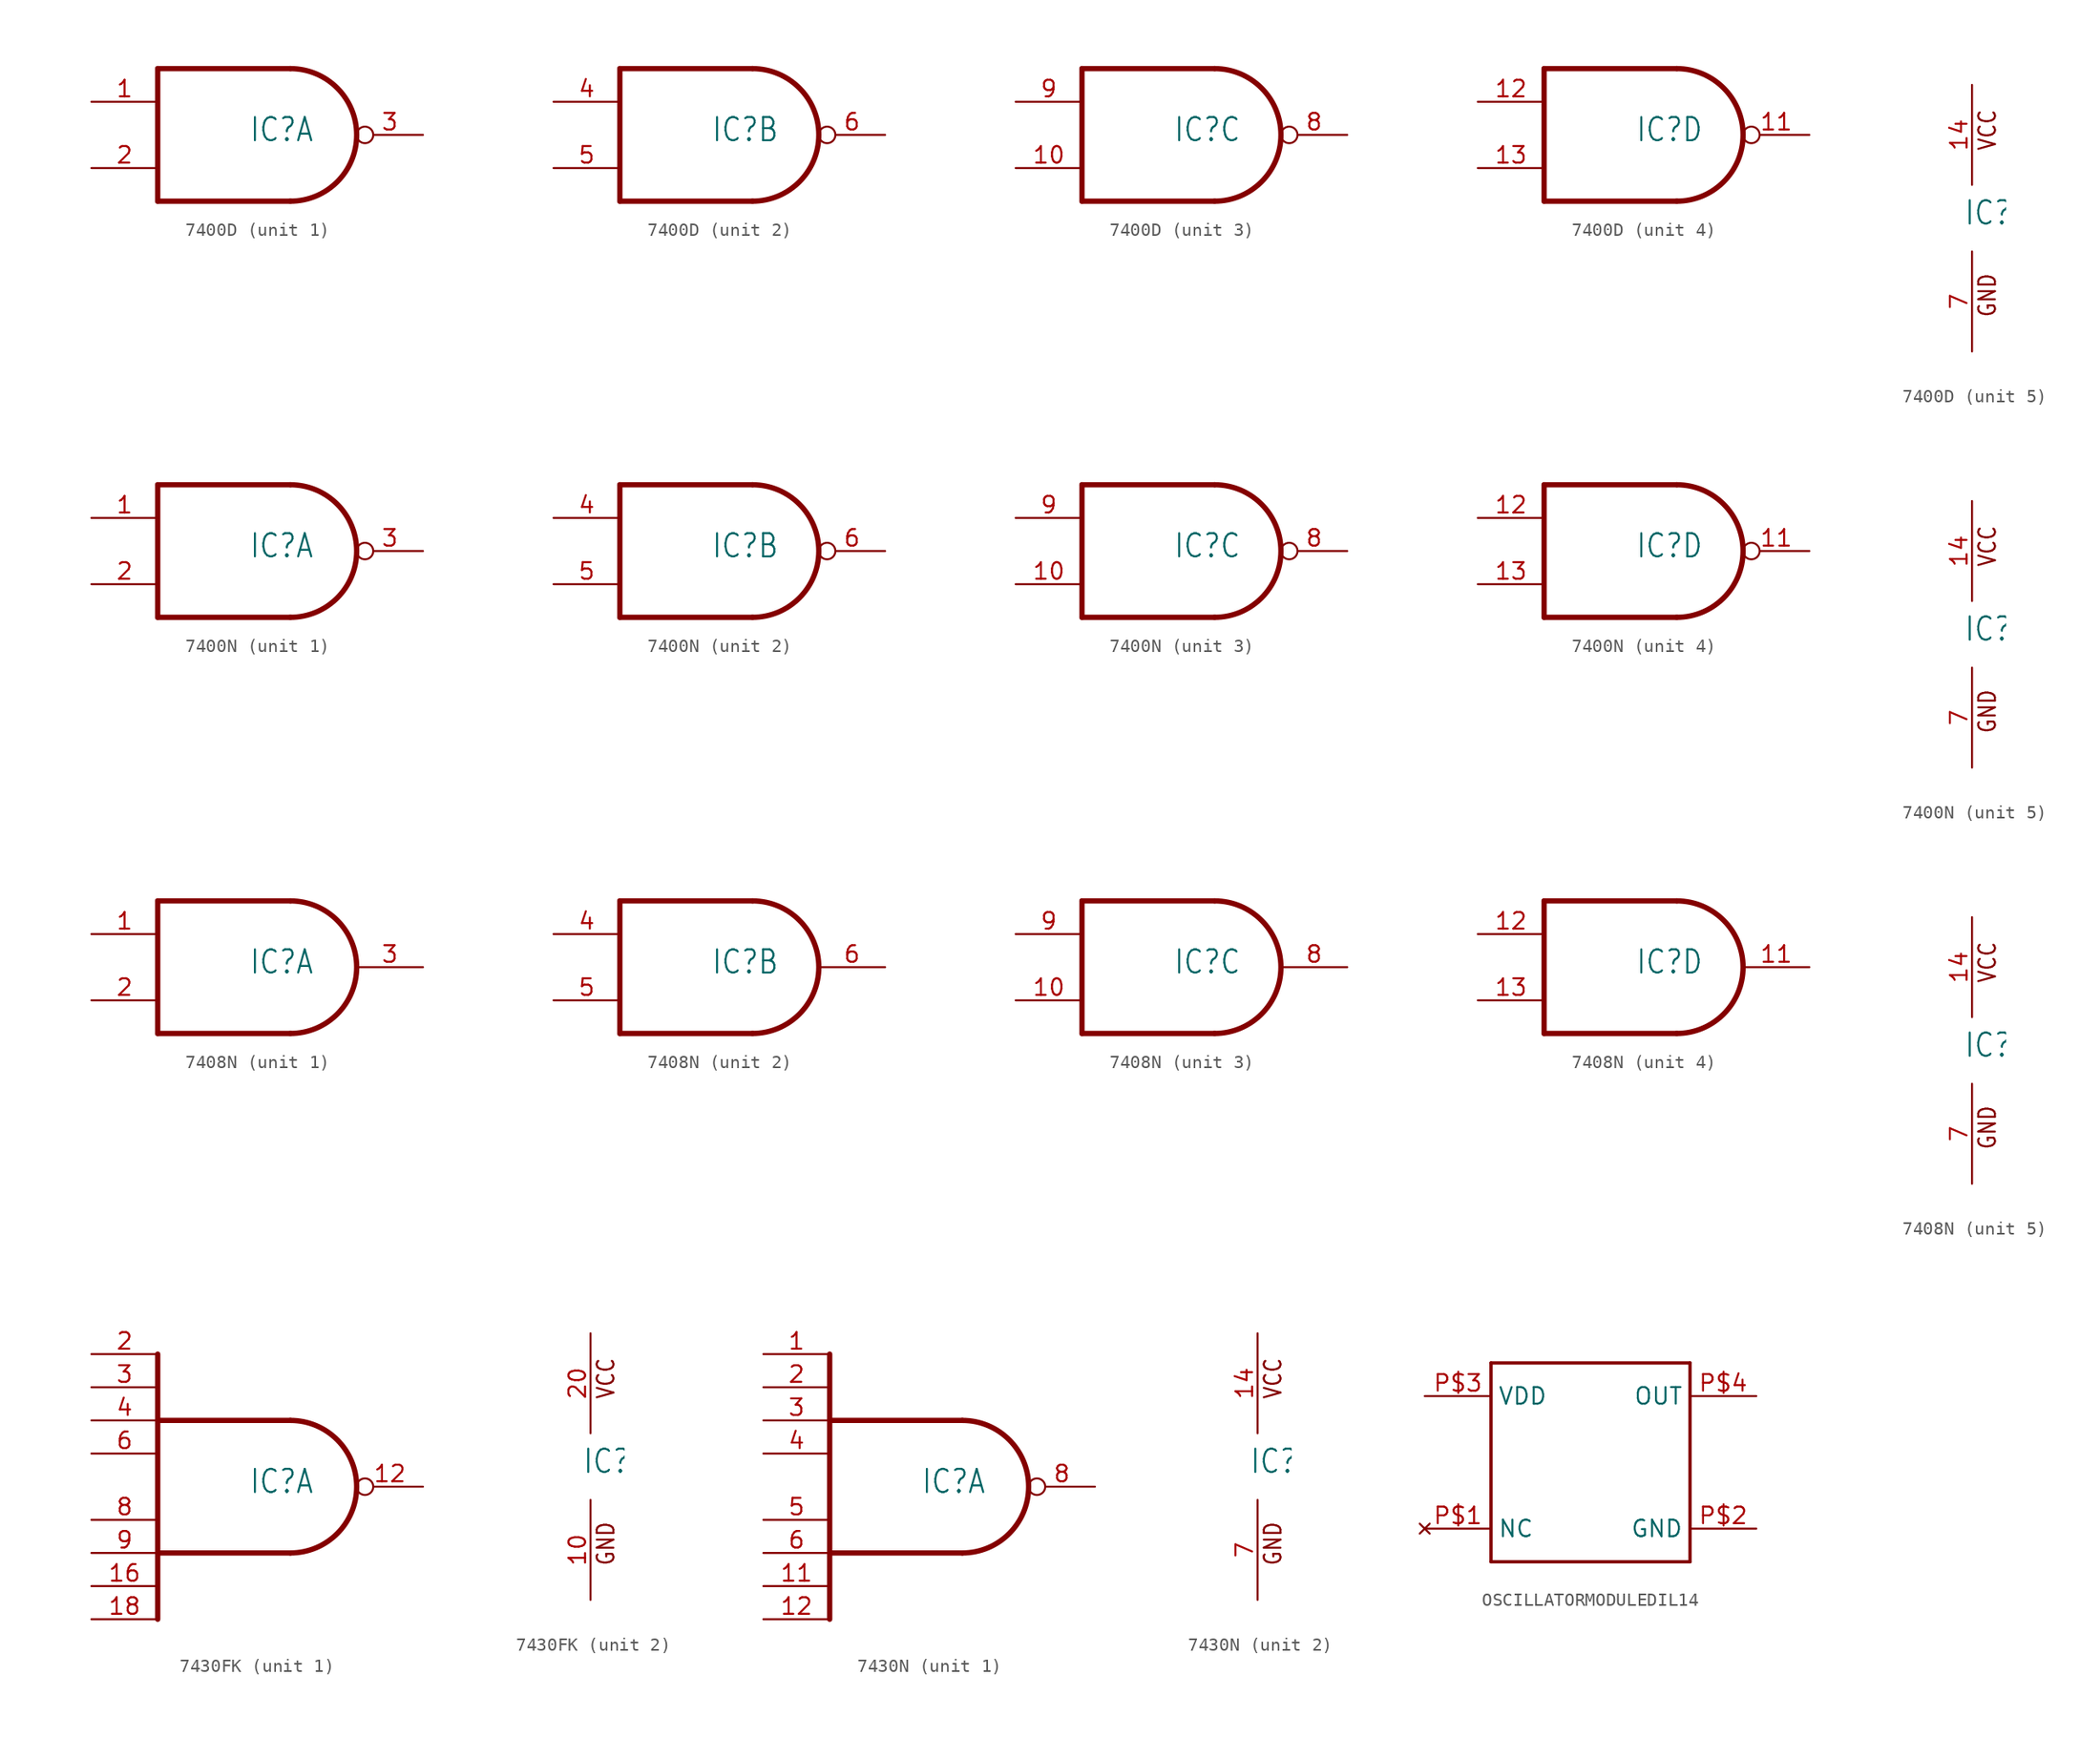
<source format=kicad_sym>
(kicad_symbol_lib
  (version 20220914)
  (generator kicad_symbol_editor)
  (symbol "7400D"
    (property "Reference" "IC"
      (at -0.635 -0.635 0)
      (effects (font (size 1.778 1.511)) (justify left bottom)))
    (property "ki_locked" ""
      (at 0 0 0)
      (effects (font (size 1.27 1.27))))
    (symbol "7400D_1_0"
      (polyline (pts (xy -7.62 -5.08) (xy 2.54 -5.08)) (stroke (width 0.406) (type solid)) (fill (type none)))
      (polyline (pts (xy -7.62 5.08) (xy -7.62 -5.08)) (stroke (width 0.406) (type solid)) (fill (type none)))
      (polyline (pts (xy 2.54 5.08) (xy -7.62 5.08)) (stroke (width 0.406) (type solid)) (fill (type none)))
      (arc (start 2.5398 -5.08) (mid 7.6199 -0.0001) (end 2.54 5.08) (stroke (width 0.4064) (type solid)) (fill (type none)))
      (pin input line (at -12.7 2.54 0) (length 5.08) (name "I0" (effects (font (size 0 0)))) (number "1" (effects (font (size 1.27 1.27)))))
      (pin input line (at -12.7 -2.54 0) (length 5.08) (name "I1" (effects (font (size 0 0)))) (number "2" (effects (font (size 1.27 1.27)))))
      (pin output inverted (at 12.7 0 180) (length 5.08) (name "O" (effects (font (size 0 0)))) (number "3" (effects (font (size 1.27 1.27))))))
    (symbol "7400D_2_0"
      (polyline (pts (xy -7.62 -5.08) (xy 2.54 -5.08)) (stroke (width 0.406) (type solid)) (fill (type none)))
      (polyline (pts (xy -7.62 5.08) (xy -7.62 -5.08)) (stroke (width 0.406) (type solid)) (fill (type none)))
      (polyline (pts (xy 2.54 5.08) (xy -7.62 5.08)) (stroke (width 0.406) (type solid)) (fill (type none)))
      (arc (start 2.5398 -5.08) (mid 7.6199 -0.0001) (end 2.54 5.08) (stroke (width 0.4064) (type solid)) (fill (type none)))
      (pin input line (at -12.7 2.54 0) (length 5.08) (name "I0" (effects (font (size 0 0)))) (number "4" (effects (font (size 1.27 1.27)))))
      (pin input line (at -12.7 -2.54 0) (length 5.08) (name "I1" (effects (font (size 0 0)))) (number "5" (effects (font (size 1.27 1.27)))))
      (pin output inverted (at 12.7 0 180) (length 5.08) (name "O" (effects (font (size 0 0)))) (number "6" (effects (font (size 1.27 1.27))))))
    (symbol "7400D_3_0"
      (polyline (pts (xy -7.62 -5.08) (xy 2.54 -5.08)) (stroke (width 0.406) (type solid)) (fill (type none)))
      (polyline (pts (xy -7.62 5.08) (xy -7.62 -5.08)) (stroke (width 0.406) (type solid)) (fill (type none)))
      (polyline (pts (xy 2.54 5.08) (xy -7.62 5.08)) (stroke (width 0.406) (type solid)) (fill (type none)))
      (arc (start 2.5398 -5.08) (mid 7.6199 -0.0001) (end 2.54 5.08) (stroke (width 0.4064) (type solid)) (fill (type none)))
      (pin input line (at -12.7 -2.54 0) (length 5.08) (name "I1" (effects (font (size 0 0)))) (number "10" (effects (font (size 1.27 1.27)))))
      (pin output inverted (at 12.7 0 180) (length 5.08) (name "O" (effects (font (size 0 0)))) (number "8" (effects (font (size 1.27 1.27)))))
      (pin input line (at -12.7 2.54 0) (length 5.08) (name "I0" (effects (font (size 0 0)))) (number "9" (effects (font (size 1.27 1.27))))))
    (symbol "7400D_4_0"
      (polyline (pts (xy -7.62 -5.08) (xy 2.54 -5.08)) (stroke (width 0.406) (type solid)) (fill (type none)))
      (polyline (pts (xy -7.62 5.08) (xy -7.62 -5.08)) (stroke (width 0.406) (type solid)) (fill (type none)))
      (polyline (pts (xy 2.54 5.08) (xy -7.62 5.08)) (stroke (width 0.406) (type solid)) (fill (type none)))
      (arc (start 2.5398 -5.08) (mid 7.6199 -0.0001) (end 2.54 5.08) (stroke (width 0.4064) (type solid)) (fill (type none)))
      (pin output inverted (at 12.7 0 180) (length 5.08) (name "O" (effects (font (size 0 0)))) (number "11" (effects (font (size 1.27 1.27)))))
      (pin input line (at -12.7 2.54 0) (length 5.08) (name "I0" (effects (font (size 0 0)))) (number "12" (effects (font (size 1.27 1.27)))))
      (pin input line (at -12.7 -2.54 0) (length 5.08) (name "I1" (effects (font (size 0 0)))) (number "13" (effects (font (size 1.27 1.27))))))
    (symbol "7400D_5_0"
      (text "GND" (at 1.905 -7.62 900) (effects (font (size 1.27 1.079)) (justify left bottom)))
      (text "VCC" (at 1.905 5.08 900) (effects (font (size 1.27 1.079)) (justify left bottom)))
      (pin power_in line (at 0 10.16 270) (length 7.62) (name "VCC" (effects (font (size 0 0)))) (number "14" (effects (font (size 1.27 1.27)))))
      (pin power_in line (at 0 -10.16 90) (length 7.62) (name "GND" (effects (font (size 0 0)))) (number "7" (effects (font (size 1.27 1.27)))))))
  (symbol "7400N"
    (property "Reference" "IC"
      (at -0.635 -0.635 0)
      (effects (font (size 1.778 1.511)) (justify left bottom)))
    (property "ki_locked" ""
      (at 0 0 0)
      (effects (font (size 1.27 1.27))))
    (symbol "7400N_1_0"
      (polyline (pts (xy -7.62 -5.08) (xy 2.54 -5.08)) (stroke (width 0.406) (type solid)) (fill (type none)))
      (polyline (pts (xy -7.62 5.08) (xy -7.62 -5.08)) (stroke (width 0.406) (type solid)) (fill (type none)))
      (polyline (pts (xy 2.54 5.08) (xy -7.62 5.08)) (stroke (width 0.406) (type solid)) (fill (type none)))
      (arc (start 2.5398 -5.08) (mid 7.6199 -0.0001) (end 2.54 5.08) (stroke (width 0.4064) (type solid)) (fill (type none)))
      (pin input line (at -12.7 2.54 0) (length 5.08) (name "I0" (effects (font (size 0 0)))) (number "1" (effects (font (size 1.27 1.27)))))
      (pin input line (at -12.7 -2.54 0) (length 5.08) (name "I1" (effects (font (size 0 0)))) (number "2" (effects (font (size 1.27 1.27)))))
      (pin output inverted (at 12.7 0 180) (length 5.08) (name "O" (effects (font (size 0 0)))) (number "3" (effects (font (size 1.27 1.27))))))
    (symbol "7400N_2_0"
      (polyline (pts (xy -7.62 -5.08) (xy 2.54 -5.08)) (stroke (width 0.406) (type solid)) (fill (type none)))
      (polyline (pts (xy -7.62 5.08) (xy -7.62 -5.08)) (stroke (width 0.406) (type solid)) (fill (type none)))
      (polyline (pts (xy 2.54 5.08) (xy -7.62 5.08)) (stroke (width 0.406) (type solid)) (fill (type none)))
      (arc (start 2.5398 -5.08) (mid 7.6199 -0.0001) (end 2.54 5.08) (stroke (width 0.4064) (type solid)) (fill (type none)))
      (pin input line (at -12.7 2.54 0) (length 5.08) (name "I0" (effects (font (size 0 0)))) (number "4" (effects (font (size 1.27 1.27)))))
      (pin input line (at -12.7 -2.54 0) (length 5.08) (name "I1" (effects (font (size 0 0)))) (number "5" (effects (font (size 1.27 1.27)))))
      (pin output inverted (at 12.7 0 180) (length 5.08) (name "O" (effects (font (size 0 0)))) (number "6" (effects (font (size 1.27 1.27))))))
    (symbol "7400N_3_0"
      (polyline (pts (xy -7.62 -5.08) (xy 2.54 -5.08)) (stroke (width 0.406) (type solid)) (fill (type none)))
      (polyline (pts (xy -7.62 5.08) (xy -7.62 -5.08)) (stroke (width 0.406) (type solid)) (fill (type none)))
      (polyline (pts (xy 2.54 5.08) (xy -7.62 5.08)) (stroke (width 0.406) (type solid)) (fill (type none)))
      (arc (start 2.5398 -5.08) (mid 7.6199 -0.0001) (end 2.54 5.08) (stroke (width 0.4064) (type solid)) (fill (type none)))
      (pin input line (at -12.7 -2.54 0) (length 5.08) (name "I1" (effects (font (size 0 0)))) (number "10" (effects (font (size 1.27 1.27)))))
      (pin output inverted (at 12.7 0 180) (length 5.08) (name "O" (effects (font (size 0 0)))) (number "8" (effects (font (size 1.27 1.27)))))
      (pin input line (at -12.7 2.54 0) (length 5.08) (name "I0" (effects (font (size 0 0)))) (number "9" (effects (font (size 1.27 1.27))))))
    (symbol "7400N_4_0"
      (polyline (pts (xy -7.62 -5.08) (xy 2.54 -5.08)) (stroke (width 0.406) (type solid)) (fill (type none)))
      (polyline (pts (xy -7.62 5.08) (xy -7.62 -5.08)) (stroke (width 0.406) (type solid)) (fill (type none)))
      (polyline (pts (xy 2.54 5.08) (xy -7.62 5.08)) (stroke (width 0.406) (type solid)) (fill (type none)))
      (arc (start 2.5398 -5.08) (mid 7.6199 -0.0001) (end 2.54 5.08) (stroke (width 0.4064) (type solid)) (fill (type none)))
      (pin output inverted (at 12.7 0 180) (length 5.08) (name "O" (effects (font (size 0 0)))) (number "11" (effects (font (size 1.27 1.27)))))
      (pin input line (at -12.7 2.54 0) (length 5.08) (name "I0" (effects (font (size 0 0)))) (number "12" (effects (font (size 1.27 1.27)))))
      (pin input line (at -12.7 -2.54 0) (length 5.08) (name "I1" (effects (font (size 0 0)))) (number "13" (effects (font (size 1.27 1.27))))))
    (symbol "7400N_5_0"
      (text "GND" (at 1.905 -7.62 900) (effects (font (size 1.27 1.079)) (justify left bottom)))
      (text "VCC" (at 1.905 5.08 900) (effects (font (size 1.27 1.079)) (justify left bottom)))
      (pin power_in line (at 0 10.16 270) (length 7.62) (name "VCC" (effects (font (size 0 0)))) (number "14" (effects (font (size 1.27 1.27)))))
      (pin power_in line (at 0 -10.16 90) (length 7.62) (name "GND" (effects (font (size 0 0)))) (number "7" (effects (font (size 1.27 1.27)))))))
  (symbol "7408N"
    (property "Reference" "IC"
      (at -0.635 -0.635 0)
      (effects (font (size 1.778 1.511)) (justify left bottom)))
    (property "ki_locked" ""
      (at 0 0 0)
      (effects (font (size 1.27 1.27))))
    (symbol "7408N_1_0"
      (polyline (pts (xy -7.62 -5.08) (xy 2.54 -5.08)) (stroke (width 0.406) (type solid)) (fill (type none)))
      (polyline (pts (xy -7.62 5.08) (xy -7.62 -5.08)) (stroke (width 0.406) (type solid)) (fill (type none)))
      (polyline (pts (xy 2.54 5.08) (xy -7.62 5.08)) (stroke (width 0.406) (type solid)) (fill (type none)))
      (arc (start 2.5398 -5.08) (mid 7.6199 -0.0001) (end 2.54 5.08) (stroke (width 0.4064) (type solid)) (fill (type none)))
      (pin input line (at -12.7 2.54 0) (length 5.08) (name "I0" (effects (font (size 0 0)))) (number "1" (effects (font (size 1.27 1.27)))))
      (pin input line (at -12.7 -2.54 0) (length 5.08) (name "I1" (effects (font (size 0 0)))) (number "2" (effects (font (size 1.27 1.27)))))
      (pin output line (at 12.7 0 180) (length 5.08) (name "O" (effects (font (size 0 0)))) (number "3" (effects (font (size 1.27 1.27))))))
    (symbol "7408N_2_0"
      (polyline (pts (xy -7.62 -5.08) (xy 2.54 -5.08)) (stroke (width 0.406) (type solid)) (fill (type none)))
      (polyline (pts (xy -7.62 5.08) (xy -7.62 -5.08)) (stroke (width 0.406) (type solid)) (fill (type none)))
      (polyline (pts (xy 2.54 5.08) (xy -7.62 5.08)) (stroke (width 0.406) (type solid)) (fill (type none)))
      (arc (start 2.5398 -5.08) (mid 7.6199 -0.0001) (end 2.54 5.08) (stroke (width 0.4064) (type solid)) (fill (type none)))
      (pin input line (at -12.7 2.54 0) (length 5.08) (name "I0" (effects (font (size 0 0)))) (number "4" (effects (font (size 1.27 1.27)))))
      (pin input line (at -12.7 -2.54 0) (length 5.08) (name "I1" (effects (font (size 0 0)))) (number "5" (effects (font (size 1.27 1.27)))))
      (pin output line (at 12.7 0 180) (length 5.08) (name "O" (effects (font (size 0 0)))) (number "6" (effects (font (size 1.27 1.27))))))
    (symbol "7408N_3_0"
      (polyline (pts (xy -7.62 -5.08) (xy 2.54 -5.08)) (stroke (width 0.406) (type solid)) (fill (type none)))
      (polyline (pts (xy -7.62 5.08) (xy -7.62 -5.08)) (stroke (width 0.406) (type solid)) (fill (type none)))
      (polyline (pts (xy 2.54 5.08) (xy -7.62 5.08)) (stroke (width 0.406) (type solid)) (fill (type none)))
      (arc (start 2.5398 -5.08) (mid 7.6199 -0.0001) (end 2.54 5.08) (stroke (width 0.4064) (type solid)) (fill (type none)))
      (pin input line (at -12.7 -2.54 0) (length 5.08) (name "I1" (effects (font (size 0 0)))) (number "10" (effects (font (size 1.27 1.27)))))
      (pin output line (at 12.7 0 180) (length 5.08) (name "O" (effects (font (size 0 0)))) (number "8" (effects (font (size 1.27 1.27)))))
      (pin input line (at -12.7 2.54 0) (length 5.08) (name "I0" (effects (font (size 0 0)))) (number "9" (effects (font (size 1.27 1.27))))))
    (symbol "7408N_4_0"
      (polyline (pts (xy -7.62 -5.08) (xy 2.54 -5.08)) (stroke (width 0.406) (type solid)) (fill (type none)))
      (polyline (pts (xy -7.62 5.08) (xy -7.62 -5.08)) (stroke (width 0.406) (type solid)) (fill (type none)))
      (polyline (pts (xy 2.54 5.08) (xy -7.62 5.08)) (stroke (width 0.406) (type solid)) (fill (type none)))
      (arc (start 2.5398 -5.08) (mid 7.6199 -0.0001) (end 2.54 5.08) (stroke (width 0.4064) (type solid)) (fill (type none)))
      (pin output line (at 12.7 0 180) (length 5.08) (name "O" (effects (font (size 0 0)))) (number "11" (effects (font (size 1.27 1.27)))))
      (pin input line (at -12.7 2.54 0) (length 5.08) (name "I0" (effects (font (size 0 0)))) (number "12" (effects (font (size 1.27 1.27)))))
      (pin input line (at -12.7 -2.54 0) (length 5.08) (name "I1" (effects (font (size 0 0)))) (number "13" (effects (font (size 1.27 1.27))))))
    (symbol "7408N_5_0"
      (text "GND" (at 1.905 -7.62 900) (effects (font (size 1.27 1.079)) (justify left bottom)))
      (text "VCC" (at 1.905 5.08 900) (effects (font (size 1.27 1.079)) (justify left bottom)))
      (pin power_in line (at 0 10.16 270) (length 7.62) (name "VCC" (effects (font (size 0 0)))) (number "14" (effects (font (size 1.27 1.27)))))
      (pin power_in line (at 0 -10.16 90) (length 7.62) (name "GND" (effects (font (size 0 0)))) (number "7" (effects (font (size 1.27 1.27)))))))
  (symbol "7430FK"
    (property "Reference" "IC"
      (at -0.635 -0.635 0)
      (effects (font (size 1.778 1.511)) (justify left bottom)))
    (property "ki_locked" ""
      (at 0 0 0)
      (effects (font (size 1.27 1.27))))
    (symbol "7430FK_1_0"
      (polyline (pts (xy -7.62 -5.08) (xy 2.54 -5.08)) (stroke (width 0.406) (type solid)) (fill (type none)))
      (polyline (pts (xy -7.62 5.08) (xy 2.54 5.08)) (stroke (width 0.406) (type solid)) (fill (type none)))
      (polyline (pts (xy -7.62 10.16) (xy -7.62 -10.16)) (stroke (width 0.406) (type solid)) (fill (type none)))
      (arc (start 2.5398 -5.08) (mid 7.6199 -0.0001) (end 2.54 5.08) (stroke (width 0.4064) (type solid)) (fill (type none)))
      (pin output inverted (at 12.7 0 180) (length 5.08) (name "O" (effects (font (size 0 0)))) (number "12" (effects (font (size 1.27 1.27)))))
      (pin input line (at -12.7 -7.62 0) (length 5.08) (name "I6" (effects (font (size 0 0)))) (number "16" (effects (font (size 1.27 1.27)))))
      (pin input line (at -12.7 -10.16 0) (length 5.08) (name "I7" (effects (font (size 0 0)))) (number "18" (effects (font (size 1.27 1.27)))))
      (pin input line (at -12.7 10.16 0) (length 5.08) (name "I0" (effects (font (size 0 0)))) (number "2" (effects (font (size 1.27 1.27)))))
      (pin input line (at -12.7 7.62 0) (length 5.08) (name "I1" (effects (font (size 0 0)))) (number "3" (effects (font (size 1.27 1.27)))))
      (pin input line (at -12.7 5.08 0) (length 5.08) (name "I2" (effects (font (size 0 0)))) (number "4" (effects (font (size 1.27 1.27)))))
      (pin input line (at -12.7 2.54 0) (length 5.08) (name "I3" (effects (font (size 0 0)))) (number "6" (effects (font (size 1.27 1.27)))))
      (pin input line (at -12.7 -2.54 0) (length 5.08) (name "I4" (effects (font (size 0 0)))) (number "8" (effects (font (size 1.27 1.27)))))
      (pin input line (at -12.7 -5.08 0) (length 5.08) (name "I5" (effects (font (size 0 0)))) (number "9" (effects (font (size 1.27 1.27))))))
    (symbol "7430FK_2_0"
      (text "GND" (at 1.905 -7.62 900) (effects (font (size 1.27 1.079)) (justify left bottom)))
      (text "VCC" (at 1.905 5.08 900) (effects (font (size 1.27 1.079)) (justify left bottom)))
      (pin power_in line (at 0 -10.16 90) (length 7.62) (name "GND" (effects (font (size 0 0)))) (number "10" (effects (font (size 1.27 1.27)))))
      (pin power_in line (at 0 10.16 270) (length 7.62) (name "VCC" (effects (font (size 0 0)))) (number "20" (effects (font (size 1.27 1.27)))))))
  (symbol "7430N"
    (property "Reference" "IC"
      (at -0.635 -0.635 0)
      (effects (font (size 1.778 1.511)) (justify left bottom)))
    (property "ki_locked" ""
      (at 0 0 0)
      (effects (font (size 1.27 1.27))))
    (symbol "7430N_1_0"
      (polyline (pts (xy -7.62 -5.08) (xy 2.54 -5.08)) (stroke (width 0.406) (type solid)) (fill (type none)))
      (polyline (pts (xy -7.62 5.08) (xy 2.54 5.08)) (stroke (width 0.406) (type solid)) (fill (type none)))
      (polyline (pts (xy -7.62 10.16) (xy -7.62 -10.16)) (stroke (width 0.406) (type solid)) (fill (type none)))
      (arc (start 2.5398 -5.08) (mid 7.6199 -0.0001) (end 2.54 5.08) (stroke (width 0.4064) (type solid)) (fill (type none)))
      (pin input line (at -12.7 10.16 0) (length 5.08) (name "I0" (effects (font (size 0 0)))) (number "1" (effects (font (size 1.27 1.27)))))
      (pin input line (at -12.7 -7.62 0) (length 5.08) (name "I6" (effects (font (size 0 0)))) (number "11" (effects (font (size 1.27 1.27)))))
      (pin input line (at -12.7 -10.16 0) (length 5.08) (name "I7" (effects (font (size 0 0)))) (number "12" (effects (font (size 1.27 1.27)))))
      (pin input line (at -12.7 7.62 0) (length 5.08) (name "I1" (effects (font (size 0 0)))) (number "2" (effects (font (size 1.27 1.27)))))
      (pin input line (at -12.7 5.08 0) (length 5.08) (name "I2" (effects (font (size 0 0)))) (number "3" (effects (font (size 1.27 1.27)))))
      (pin input line (at -12.7 2.54 0) (length 5.08) (name "I3" (effects (font (size 0 0)))) (number "4" (effects (font (size 1.27 1.27)))))
      (pin input line (at -12.7 -2.54 0) (length 5.08) (name "I4" (effects (font (size 0 0)))) (number "5" (effects (font (size 1.27 1.27)))))
      (pin input line (at -12.7 -5.08 0) (length 5.08) (name "I5" (effects (font (size 0 0)))) (number "6" (effects (font (size 1.27 1.27)))))
      (pin output inverted (at 12.7 0 180) (length 5.08) (name "O" (effects (font (size 0 0)))) (number "8" (effects (font (size 1.27 1.27))))))
    (symbol "7430N_2_0"
      (text "GND" (at 1.905 -7.62 900) (effects (font (size 1.27 1.079)) (justify left bottom)))
      (text "VCC" (at 1.905 5.08 900) (effects (font (size 1.27 1.079)) (justify left bottom)))
      (pin power_in line (at 0 10.16 270) (length 7.62) (name "VCC" (effects (font (size 0 0)))) (number "14" (effects (font (size 1.27 1.27)))))
      (pin power_in line (at 0 -10.16 90) (length 7.62) (name "GND" (effects (font (size 0 0)))) (number "7" (effects (font (size 1.27 1.27)))))))
  (symbol "OSCILLATORMODULEDIL14"
    (property "Reference" ""
      (at -5.08 12.7 0)
      (effects (font (size 1.27 1.079)) (justify left bottom) hide))
    (property "Value" ""
      (at -5.08 10.16 0)
      (effects (font (size 1.27 1.079)) (justify left bottom)))
    (property "ki_locked" ""
      (at 0 0 0)
      (effects (font (size 1.27 1.27))))
    (symbol "OSCILLATORMODULEDIL14_1_0"
      (polyline (pts (xy -7.62 -7.62) (xy 7.62 -7.62)) (stroke (width 0.254) (type solid)) (fill (type none)))
      (polyline (pts (xy -7.62 7.62) (xy -7.62 -7.62)) (stroke (width 0.254) (type solid)) (fill (type none)))
      (polyline (pts (xy 7.62 -7.62) (xy 7.62 7.62)) (stroke (width 0.254) (type solid)) (fill (type none)))
      (polyline (pts (xy 7.62 7.62) (xy -7.62 7.62)) (stroke (width 0.254) (type solid)) (fill (type none)))
      (pin no_connect line (at -12.7 -5.08 0) (length 5.08) (name "NC" (effects (font (size 1.27 1.27)))) (number "P$1" (effects (font (size 1.27 1.27)))))
      (pin power_in line (at 12.7 -5.08 180) (length 5.08) (name "GND" (effects (font (size 1.27 1.27)))) (number "P$2" (effects (font (size 1.27 1.27)))))
      (pin power_in line (at -12.7 5.08 0) (length 5.08) (name "VDD" (effects (font (size 1.27 1.27)))) (number "P$3" (effects (font (size 1.27 1.27)))))
      (pin output line (at 12.7 5.08 180) (length 5.08) (name "OUT" (effects (font (size 1.27 1.27)))) (number "P$4" (effects (font (size 1.27 1.27))))))))
</source>
